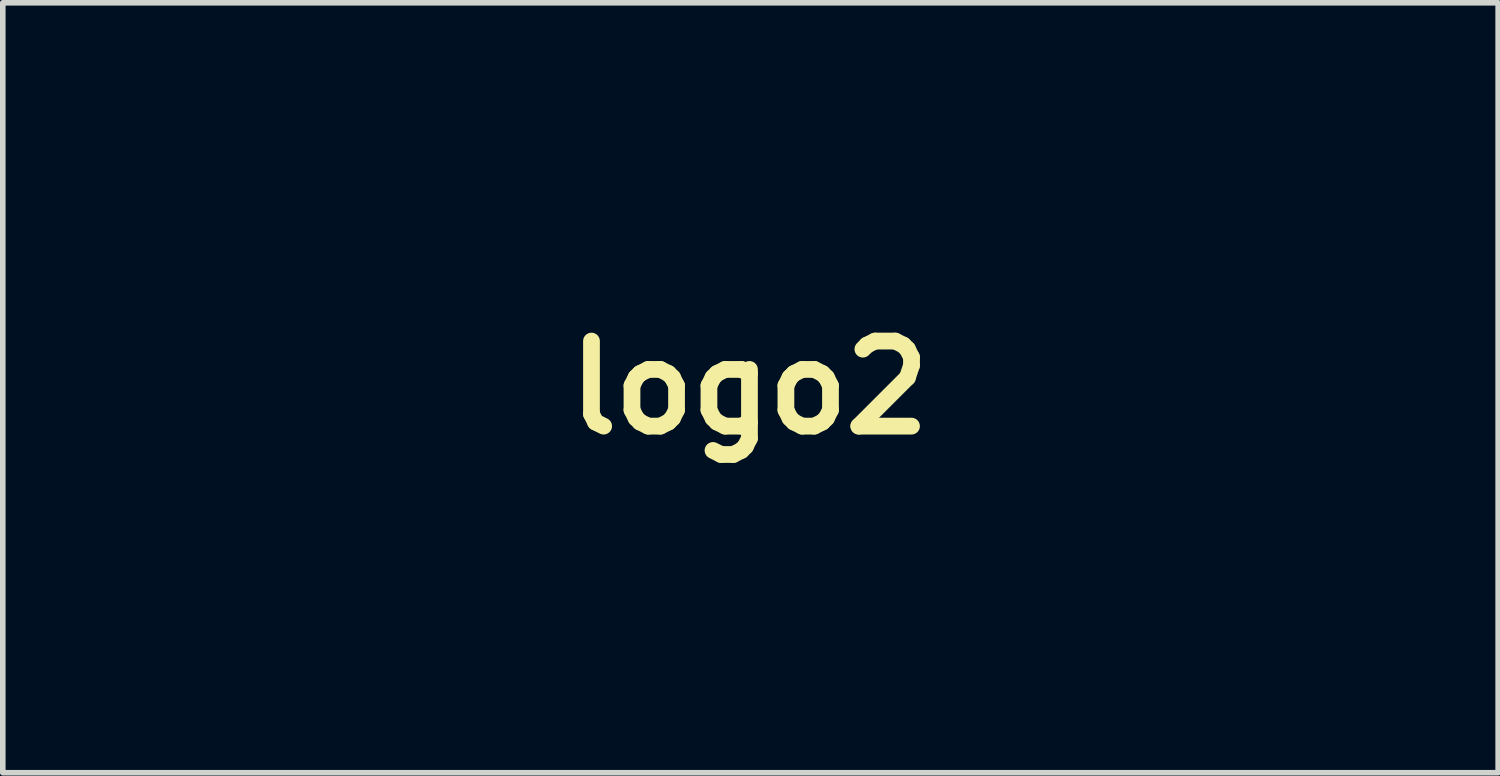
<source format=kicad_pcb>
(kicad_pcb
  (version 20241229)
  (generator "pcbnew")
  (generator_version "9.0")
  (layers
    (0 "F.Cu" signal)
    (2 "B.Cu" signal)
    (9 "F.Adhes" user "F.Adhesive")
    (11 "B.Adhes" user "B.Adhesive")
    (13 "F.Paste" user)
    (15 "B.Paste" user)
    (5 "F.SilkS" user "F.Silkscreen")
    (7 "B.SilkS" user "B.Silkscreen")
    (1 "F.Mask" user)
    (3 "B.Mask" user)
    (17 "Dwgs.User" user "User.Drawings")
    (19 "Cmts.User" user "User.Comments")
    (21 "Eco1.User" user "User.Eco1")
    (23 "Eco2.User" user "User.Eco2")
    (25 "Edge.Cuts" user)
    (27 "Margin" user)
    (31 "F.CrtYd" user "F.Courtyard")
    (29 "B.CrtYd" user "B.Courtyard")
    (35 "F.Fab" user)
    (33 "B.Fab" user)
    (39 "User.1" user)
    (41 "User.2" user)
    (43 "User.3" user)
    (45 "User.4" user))
  (footprint "logo2"
    (layer "F.Cu")
    (at 10.377 3.895)
    (property "Reference" "logo2" (at 0 0 0) (layer "F.SilkS") (effects (font (size 1.524 1.524) (thickness 0.3))))
    (attr through_hole)
    (fp_poly (pts (xy 10.202 -1.82) (xy 9.821 -1.82) (xy 9.821 -2.709) (xy 9.017 -2.709) (xy 9.017 -3.048) (xy 9.821 -3.048) (xy 9.821 -3.514) (xy 8.89 -3.514) (xy 8.89 -3.852) (xy 10.202 -3.852) (xy 10.202 -1.82)) (stroke (width 0.01) (type solid)) (fill no) (layer "Eco2.User"))
    (fp_poly (pts (xy -3.641 0.72) (xy -4.873 0.72) (xy -4.86 0.54) (xy -4.847 0.36) (xy -3.937 0.336) (xy -3.937 -0.169) (xy -4.741 -0.169) (xy -4.741 -0.505) (xy -4.35 -0.517) (xy -3.958 -0.529) (xy -3.958 -0.953) (xy -4.826 -0.977) (xy -4.826 -1.312) (xy -3.641 -1.312) (xy -3.641 0.72)) (stroke (width 0.01) (type solid)) (fill no) (layer "Eco2.User"))
    (fp_poly (pts (xy 5.334 3.641) (xy 4.664 3.641) (xy 4.434 3.639) (xy 4.234 3.634) (xy 4.08 3.627) (xy 3.986 3.618) (xy 3.965 3.612) (xy 3.946 3.554) (xy 3.937 3.451) (xy 3.937 3.443) (xy 3.937 3.302) (xy 4.953 3.302) (xy 4.953 2.797) (xy 4.519 2.785) (xy 4.085 2.773) (xy 4.059 2.455) (xy 4.953 2.455) (xy 4.953 2.032) (xy 4.022 2.032) (xy 4.022 1.693) (xy 5.334 1.693) (xy 5.334 3.641)) (stroke (width 0.01) (type solid)) (fill no) (layer "Eco2.User"))
    (fp_poly (pts (xy -9.675 -1.249) (xy -9.306 -0.656) (xy -9.164 -0.424) (xy -9.062 -0.249) (xy -8.995 -0.117) (xy -8.956 -0.016) (xy -8.938 0.069) (xy -8.935 0.116) (xy -8.932 0.296) (xy -9.737 0.296) (xy -9.737 0.72) (xy -10.16 0.72) (xy -10.16 0.508) (xy -10.163 0.382) (xy -10.181 0.32) (xy -10.223 0.298) (xy -10.266 0.296) (xy -10.337 0.285) (xy -10.367 0.235) (xy -10.372 0.148) (xy -10.364 0.048) (xy -10.328 0.007) (xy -10.266 0) (xy -10.16 0) (xy -9.737 0) (xy -9.504 0) (xy -9.376 -0.006) (xy -9.292 -0.022) (xy -9.271 -0.038) (xy -9.291 -0.087) (xy -9.346 -0.193) (xy -9.427 -0.339) (xy -9.503 -0.471) (xy -9.736 -0.868) (xy -9.736 -0.434) (xy -9.737 0) (xy -10.16 0) (xy -10.16 -1.274) (xy -9.675 -1.249)) (stroke (width 0.01) (type solid)) (fill no) (layer "Eco2.User"))
    (fp_poly (pts (xy 2.796 2.411) (xy 2.858 2.639) (xy 2.914 2.831) (xy 2.961 2.976) (xy 2.995 3.061) (xy 3.011 3.077) (xy 3.032 3.02) (xy 3.068 2.897) (xy 3.117 2.724) (xy 3.172 2.517) (xy 3.194 2.434) (xy 3.251 2.217) (xy 3.302 2.024) (xy 3.342 1.874) (xy 3.366 1.783) (xy 3.371 1.767) (xy 3.409 1.718) (xy 3.498 1.696) (xy 3.58 1.693) (xy 3.711 1.705) (xy 3.765 1.738) (xy 3.767 1.746) (xy 3.754 1.8) (xy 3.719 1.923) (xy 3.666 2.102) (xy 3.598 2.324) (xy 3.519 2.578) (xy 3.478 2.709) (xy 3.189 3.619) (xy 3.012 3.633) (xy 2.876 3.629) (xy 2.815 3.592) (xy 2.815 3.59) (xy 2.796 3.535) (xy 2.756 3.412) (xy 2.699 3.232) (xy 2.628 3.008) (xy 2.547 2.753) (xy 2.503 2.614) (xy 2.212 1.693) (xy 2.608 1.693) (xy 2.796 2.411)) (stroke (width 0.01) (type solid)) (fill no) (layer "Eco2.User"))
    (fp_poly (pts (xy 9.726 2.762) (xy 9.827 2.805) (xy 9.931 2.896) (xy 10.03 3.014) (xy 10.071 3.126) (xy 10.075 3.194) (xy 10.04 3.397) (xy 9.945 3.559) (xy 9.805 3.67) (xy 9.634 3.721) (xy 9.448 3.702) (xy 9.346 3.659) (xy 9.213 3.542) (xy 9.128 3.371) (xy 9.106 3.222) (xy 9.145 3.222) (xy 9.174 3.387) (xy 9.235 3.49) (xy 9.381 3.618) (xy 9.55 3.671) (xy 9.724 3.648) (xy 9.884 3.548) (xy 9.917 3.514) (xy 10.009 3.358) (xy 10.029 3.193) (xy 9.986 3.036) (xy 9.887 2.905) (xy 9.741 2.819) (xy 9.588 2.794) (xy 9.412 2.83) (xy 9.273 2.925) (xy 9.181 3.062) (xy 9.145 3.222) (xy 9.106 3.222) (xy 9.102 3.194) (xy 9.12 3.07) (xy 9.187 2.959) (xy 9.246 2.896) (xy 9.352 2.803) (xy 9.453 2.761) (xy 9.588 2.752) (xy 9.726 2.762)) (stroke (width 0.01) (type solid)) (fill no) (layer "Eco2.User"))
    (fp_poly (pts (xy 6.004 -0.582) (xy 6.048 -0.342) (xy 6.086 -0.131) (xy 6.116 0.039) (xy 6.135 0.151) (xy 6.141 0.191) (xy 6.151 0.213) (xy 6.173 0.156) (xy 6.206 0.024) (xy 6.249 -0.178) (xy 6.3 -0.447) (xy 6.332 -0.624) (xy 6.455 -1.312) (xy 6.943 -1.312) (xy 6.943 0.72) (xy 6.646 0.72) (xy 6.646 -0.071) (xy 6.645 -0.317) (xy 6.643 -0.53) (xy 6.639 -0.698) (xy 6.634 -0.806) (xy 6.628 -0.843) (xy 6.628 -0.842) (xy 6.615 -0.797) (xy 6.591 -0.681) (xy 6.557 -0.509) (xy 6.517 -0.294) (xy 6.473 -0.052) (xy 6.336 0.72) (xy 6.175 0.72) (xy 6.117 0.721) (xy 6.073 0.719) (xy 6.039 0.702) (xy 6.011 0.659) (xy 5.984 0.582) (xy 5.955 0.458) (xy 5.92 0.278) (xy 5.874 0.031) (xy 5.845 -0.127) (xy 5.723 -0.783) (xy 5.719 -0.032) (xy 5.715 0.72) (xy 5.376 0.72) (xy 5.376 -1.312) (xy 5.87 -1.312) (xy 6.004 -0.582)) (stroke (width 0.01) (type solid)) (fill no) (layer "Eco2.User"))
    (fp_poly (pts (xy 1.397 0.72) (xy 0.98 0.72) (xy 0.778 0.717) (xy 0.639 0.707) (xy 0.54 0.686) (xy 0.46 0.65) (xy 0.419 0.624) (xy 0.312 0.526) (xy 0.208 0.386) (xy 0.169 0.317) (xy 0.12 0.209) (xy 0.089 0.105) (xy 0.072 -0.018) (xy 0.065 -0.185) (xy 0.064 -0.308) (xy 0.391 -0.308) (xy 0.411 -0.091) (xy 0.455 0.096) (xy 0.483 0.161) (xy 0.577 0.288) (xy 0.706 0.355) (xy 0.888 0.37) (xy 0.91 0.369) (xy 1.079 0.36) (xy 1.079 -0.953) (xy 0.889 -0.964) (xy 0.688 -0.951) (xy 0.546 -0.883) (xy 0.452 -0.753) (xy 0.43 -0.697) (xy 0.396 -0.522) (xy 0.391 -0.308) (xy 0.064 -0.308) (xy 0.064 -0.339) (xy 0.067 -0.552) (xy 0.078 -0.703) (xy 0.099 -0.816) (xy 0.135 -0.913) (xy 0.161 -0.965) (xy 0.251 -1.107) (xy 0.354 -1.206) (xy 0.487 -1.268) (xy 0.667 -1.301) (xy 0.911 -1.312) (xy 0.963 -1.312) (xy 1.397 -1.312) (xy 1.397 0.72)) (stroke (width 0.01) (type solid)) (fill no) (layer "Eco2.User"))
    (fp_poly (pts (xy 0.55 3.895) (xy -0.053 3.891) (xy -0.282 3.887) (xy -0.49 3.878) (xy -0.658 3.864) (xy -0.766 3.848) (xy -0.783 3.844) (xy -1.013 3.72) (xy -1.199 3.525) (xy -1.295 3.361) (xy -1.359 3.215) (xy -1.395 3.078) (xy -1.412 2.916) (xy -1.415 2.778) (xy -1.41 2.68) (xy -0.93 2.68) (xy -0.921 2.906) (xy -0.87 3.12) (xy -0.777 3.299) (xy -0.746 3.338) (xy -0.655 3.423) (xy -0.554 3.475) (xy -0.417 3.501) (xy -0.221 3.511) (xy -0.201 3.511) (xy 0.085 3.514) (xy 0.085 2.02) (xy -0.26 2.044) (xy -0.477 2.067) (xy -0.627 2.103) (xy -0.715 2.149) (xy -0.827 2.28) (xy -0.899 2.464) (xy -0.93 2.68) (xy -1.41 2.68) (xy -1.402 2.495) (xy -1.355 2.272) (xy -1.268 2.086) (xy -1.175 1.963) (xy -1.08 1.862) (xy -0.988 1.788) (xy -0.884 1.736) (xy -0.752 1.701) (xy -0.577 1.679) (xy -0.345 1.666) (xy -0.116 1.659) (xy 0.55 1.642) (xy 0.55 3.895)) (stroke (width 0.01) (type solid)) (fill no) (layer "Eco2.User"))
    (fp_poly (pts (xy 3.89 -1.312) (xy 3.937 -1.296) (xy 3.973 -1.255) (xy 4.003 -1.178) (xy 4.033 -1.054) (xy 4.067 -0.874) (xy 4.111 -0.626) (xy 4.134 -0.497) (xy 4.176 -0.272) (xy 4.214 -0.079) (xy 4.246 0.067) (xy 4.269 0.153) (xy 4.277 0.169) (xy 4.293 0.13) (xy 4.32 0.023) (xy 4.354 -0.136) (xy 4.391 -0.333) (xy 4.398 -0.37) (xy 4.439 -0.596) (xy 4.479 -0.81) (xy 4.513 -0.99) (xy 4.537 -1.111) (xy 4.537 -1.111) (xy 4.579 -1.312) (xy 5.08 -1.312) (xy 5.08 0.72) (xy 4.741 0.72) (xy 4.737 -0.053) (xy 4.733 -0.826) (xy 4.631 -0.275) (xy 4.572 0.038) (xy 4.527 0.279) (xy 4.492 0.455) (xy 4.463 0.578) (xy 4.438 0.656) (xy 4.411 0.7) (xy 4.381 0.719) (xy 4.343 0.722) (xy 4.295 0.72) (xy 4.278 0.72) (xy 4.116 0.72) (xy 4.043 0.307) (xy 3.999 0.069) (xy 3.95 -0.194) (xy 3.904 -0.434) (xy 3.894 -0.487) (xy 3.819 -0.868) (xy 3.81 0.72) (xy 3.514 0.72) (xy 3.514 -1.312) (xy 3.744 -1.312) (xy 3.827 -1.314) (xy 3.89 -1.312)) (stroke (width 0.01) (type solid)) (fill no) (layer "Eco2.User"))
    (fp_poly (pts (xy 8.25 -1.331) (xy 8.327 -1.298) (xy 8.5 -1.162) (xy 8.633 -0.958) (xy 8.721 -0.696) (xy 8.761 -0.384) (xy 8.763 -0.291) (xy 8.734 0.04) (xy 8.647 0.321) (xy 8.506 0.546) (xy 8.347 0.687) (xy 8.193 0.747) (xy 8 0.765) (xy 7.803 0.741) (xy 7.636 0.678) (xy 7.617 0.666) (xy 7.444 0.512) (xy 7.323 0.312) (xy 7.245 0.05) (xy 7.239 0.022) (xy 7.21 -0.281) (xy 7.211 -0.296) (xy 7.561 -0.296) (xy 7.579 -0.033) (xy 7.637 0.165) (xy 7.739 0.309) (xy 7.799 0.357) (xy 7.928 0.416) (xy 8.065 0.406) (xy 8.147 0.374) (xy 8.263 0.278) (xy 8.352 0.116) (xy 8.408 -0.094) (xy 8.423 -0.299) (xy 8.4 -0.549) (xy 8.337 -0.754) (xy 8.24 -0.906) (xy 8.118 -0.998) (xy 7.978 -1.021) (xy 7.827 -0.969) (xy 7.799 -0.95) (xy 7.676 -0.826) (xy 7.599 -0.654) (xy 7.564 -0.42) (xy 7.561 -0.296) (xy 7.211 -0.296) (xy 7.232 -0.581) (xy 7.301 -0.856) (xy 7.413 -1.085) (xy 7.459 -1.146) (xy 7.615 -1.273) (xy 7.817 -1.349) (xy 8.037 -1.37) (xy 8.25 -1.331)) (stroke (width 0.01) (type solid)) (fill no) (layer "Eco2.User"))
    (fp_poly (pts (xy -2.456 -3.878) (xy -2.227 -3.808) (xy -2.047 -3.674) (xy -1.925 -3.484) (xy -1.881 -3.334) (xy -1.853 -3.175) (xy -2.07 -3.175) (xy -2.198 -3.179) (xy -2.263 -3.197) (xy -2.285 -3.237) (xy -2.286 -3.262) (xy -2.321 -3.365) (xy -2.408 -3.466) (xy -2.517 -3.538) (xy -2.592 -3.556) (xy -2.742 -3.521) (xy -2.841 -3.422) (xy -2.877 -3.272) (xy -2.877 -3.268) (xy -2.872 -3.174) (xy -2.848 -3.097) (xy -2.796 -3.022) (xy -2.704 -2.935) (xy -2.56 -2.821) (xy -2.455 -2.743) (xy -2.224 -2.563) (xy -2.058 -2.411) (xy -1.949 -2.275) (xy -1.887 -2.144) (xy -1.864 -2.005) (xy -1.863 -1.966) (xy -1.863 -1.863) (xy -3.344 -1.863) (xy -3.344 -2.201) (xy -2.875 -2.201) (xy -2.648 -2.205) (xy -2.501 -2.215) (xy -2.43 -2.233) (xy -2.422 -2.248) (xy -2.461 -2.29) (xy -2.556 -2.368) (xy -2.69 -2.469) (xy -2.817 -2.559) (xy -2.996 -2.687) (xy -3.118 -2.787) (xy -3.199 -2.875) (xy -3.254 -2.966) (xy -3.276 -3.015) (xy -3.327 -3.23) (xy -3.302 -3.431) (xy -3.211 -3.607) (xy -3.064 -3.748) (xy -2.87 -3.844) (xy -2.637 -3.886) (xy -2.456 -3.878)) (stroke (width 0.01) (type solid)) (fill no) (layer "Eco2.User"))
    (fp_poly (pts (xy 9.809 -1.337) (xy 10 -1.258) (xy 10.159 -1.116) (xy 10.287 -0.917) (xy 10.37 -0.673) (xy 10.408 -0.404) (xy 10.403 -0.128) (xy 10.357 0.139) (xy 10.27 0.377) (xy 10.144 0.57) (xy 10.035 0.667) (xy 9.859 0.741) (xy 9.651 0.763) (xy 9.447 0.733) (xy 9.33 0.681) (xy 9.244 0.602) (xy 9.149 0.476) (xy 9.061 0.33) (xy 8.997 0.193) (xy 8.975 0.098) (xy 9.014 0.057) (xy 9.129 0.042) (xy 9.136 0.042) (xy 9.248 0.052) (xy 9.315 0.098) (xy 9.369 0.191) (xy 9.472 0.328) (xy 9.603 0.396) (xy 9.745 0.393) (xy 9.877 0.32) (xy 9.957 0.22) (xy 10.033 0.022) (xy 10.065 -0.216) (xy 10.052 -0.462) (xy 9.997 -0.686) (xy 9.932 -0.814) (xy 9.817 -0.926) (xy 9.679 -0.973) (xy 9.539 -0.959) (xy 9.42 -0.886) (xy 9.343 -0.758) (xy 9.338 -0.738) (xy 9.307 -0.67) (xy 9.244 -0.641) (xy 9.143 -0.635) (xy 9.033 -0.646) (xy 8.981 -0.688) (xy 8.983 -0.771) (xy 9.038 -0.908) (xy 9.07 -0.973) (xy 9.199 -1.164) (xy 9.358 -1.283) (xy 9.565 -1.341) (xy 9.583 -1.344) (xy 9.809 -1.337)) (stroke (width 0.01) (type solid)) (fill no) (layer "Eco2.User"))
    (fp_poly (pts (xy 8.583 -2.887) (xy 8.669 -2.614) (xy 8.746 -2.367) (xy 8.81 -2.157) (xy 8.857 -1.996) (xy 8.885 -1.897) (xy 8.89 -1.87) (xy 8.851 -1.837) (xy 8.743 -1.821) (xy 8.707 -1.82) (xy 8.597 -1.824) (xy 8.535 -1.85) (xy 8.496 -1.918) (xy 8.462 -2.021) (xy 8.399 -2.223) (xy 8.06 -2.235) (xy 7.721 -2.247) (xy 7.658 -2.044) (xy 7.617 -1.924) (xy 7.574 -1.863) (xy 7.501 -1.838) (xy 7.396 -1.829) (xy 7.28 -1.828) (xy 7.208 -1.839) (xy 7.197 -1.85) (xy 7.21 -1.898) (xy 7.245 -2.015) (xy 7.299 -2.19) (xy 7.367 -2.412) (xy 7.448 -2.667) (xy 7.452 -2.68) (xy 7.844 -2.68) (xy 7.854 -2.646) (xy 7.927 -2.628) (xy 8.039 -2.625) (xy 8.169 -2.633) (xy 8.244 -2.655) (xy 8.255 -2.671) (xy 8.243 -2.748) (xy 8.213 -2.866) (xy 8.172 -3.003) (xy 8.127 -3.137) (xy 8.085 -3.246) (xy 8.054 -3.308) (xy 8.043 -3.314) (xy 8.017 -3.259) (xy 7.979 -3.146) (xy 7.939 -3.008) (xy 7.898 -2.86) (xy 7.863 -2.741) (xy 7.844 -2.68) (xy 7.452 -2.68) (xy 7.508 -2.857) (xy 7.818 -3.831) (xy 8.276 -3.854) (xy 8.583 -2.887)) (stroke (width 0.01) (type solid)) (fill no) (layer "Eco2.User"))
    (fp_poly (pts (xy 6.943 -1.82) (xy 6.466 -1.822) (xy 6.198 -1.83) (xy 5.981 -1.85) (xy 5.831 -1.881) (xy 5.821 -1.884) (xy 5.646 -1.975) (xy 5.529 -2.113) (xy 5.46 -2.29) (xy 5.442 -2.452) (xy 5.842 -2.452) (xy 5.854 -2.339) (xy 5.9 -2.265) (xy 5.994 -2.224) (xy 6.149 -2.205) (xy 6.276 -2.203) (xy 6.562 -2.201) (xy 6.562 -2.763) (xy 6.266 -2.742) (xy 6.069 -2.72) (xy 5.943 -2.681) (xy 5.873 -2.617) (xy 5.845 -2.516) (xy 5.842 -2.452) (xy 5.442 -2.452) (xy 5.44 -2.473) (xy 5.469 -2.651) (xy 5.54 -2.796) (xy 5.607 -2.86) (xy 5.707 -2.925) (xy 5.605 -3.027) (xy 5.54 -3.113) (xy 5.509 -3.222) (xy 5.506 -3.293) (xy 5.866 -3.293) (xy 5.893 -3.178) (xy 5.945 -3.123) (xy 6.008 -3.107) (xy 6.129 -3.095) (xy 6.276 -3.091) (xy 6.562 -3.09) (xy 6.562 -3.514) (xy 6.266 -3.514) (xy 6.107 -3.511) (xy 6.009 -3.497) (xy 5.949 -3.467) (xy 5.906 -3.414) (xy 5.866 -3.293) (xy 5.506 -3.293) (xy 5.503 -3.347) (xy 5.511 -3.488) (xy 5.545 -3.587) (xy 5.621 -3.681) (xy 5.647 -3.708) (xy 5.791 -3.852) (xy 6.943 -3.852) (xy 6.943 -1.82)) (stroke (width 0.01) (type solid)) (fill no) (layer "Eco2.User"))
    (fp_poly (pts (xy -0.799 -1.358) (xy -0.786 -1.355) (xy -0.58 -1.278) (xy -0.416 -1.143) (xy -0.296 -0.97) (xy -0.249 -0.878) (xy -0.218 -0.789) (xy -0.2 -0.68) (xy -0.192 -0.531) (xy -0.191 -0.319) (xy -0.191 -0.316) (xy -0.192 -0.102) (xy -0.201 0.05) (xy -0.219 0.164) (xy -0.252 0.262) (xy -0.299 0.361) (xy -0.434 0.564) (xy -0.596 0.693) (xy -0.798 0.754) (xy -0.927 0.762) (xy -1.161 0.736) (xy -1.296 0.681) (xy -1.481 0.521) (xy -1.611 0.299) (xy -1.686 0.014) (xy -1.708 -0.296) (xy -1.705 -0.344) (xy -1.366 -0.344) (xy -1.347 -0.05) (xy -1.282 0.173) (xy -1.17 0.326) (xy -1.155 0.338) (xy -1.024 0.41) (xy -0.889 0.411) (xy -0.765 0.361) (xy -0.653 0.259) (xy -0.57 0.093) (xy -0.519 -0.12) (xy -0.505 -0.362) (xy -0.532 -0.616) (xy -0.535 -0.631) (xy -0.594 -0.78) (xy -0.698 -0.908) (xy -0.822 -0.993) (xy -0.918 -1.016) (xy -1.089 -0.978) (xy -1.222 -0.868) (xy -1.314 -0.692) (xy -1.361 -0.454) (xy -1.366 -0.344) (xy -1.705 -0.344) (xy -1.692 -0.594) (xy -1.64 -0.831) (xy -1.547 -1.024) (xy -1.447 -1.15) (xy -1.256 -1.3) (xy -1.039 -1.37) (xy -0.799 -1.358)) (stroke (width 0.01) (type solid)) (fill no) (layer "Eco2.User"))
    (fp_poly (pts (xy 7.154 3.641) (xy 6.773 3.641) (xy 6.773 2.879) (xy 6.501 2.879) (xy 6.313 2.888) (xy 6.193 2.926) (xy 6.126 3.005) (xy 6.1 3.14) (xy 6.096 3.259) (xy 6.092 3.44) (xy 6.073 3.553) (xy 6.029 3.613) (xy 5.947 3.637) (xy 5.837 3.641) (xy 5.718 3.634) (xy 5.643 3.619) (xy 5.63 3.607) (xy 5.656 3.548) (xy 5.668 3.533) (xy 5.689 3.473) (xy 5.708 3.354) (xy 5.722 3.2) (xy 5.723 3.189) (xy 5.741 2.996) (xy 5.774 2.869) (xy 5.818 2.797) (xy 5.868 2.734) (xy 5.868 2.686) (xy 5.814 2.618) (xy 5.796 2.6) (xy 5.735 2.518) (xy 5.704 2.421) (xy 5.696 2.302) (xy 6.054 2.302) (xy 6.065 2.413) (xy 6.11 2.484) (xy 6.202 2.523) (xy 6.357 2.538) (xy 6.464 2.54) (xy 6.773 2.54) (xy 6.773 2.032) (xy 6.48 2.032) (xy 6.281 2.043) (xy 6.152 2.08) (xy 6.081 2.151) (xy 6.055 2.265) (xy 6.054 2.302) (xy 5.696 2.302) (xy 5.694 2.277) (xy 5.694 2.241) (xy 5.699 2.092) (xy 5.722 1.994) (xy 5.775 1.913) (xy 5.832 1.853) (xy 5.97 1.714) (xy 6.562 1.701) (xy 7.154 1.687) (xy 7.154 3.641)) (stroke (width 0.01) (type solid)) (fill no) (layer "Eco2.User"))
    (fp_poly (pts (xy 2.567 -1.367) (xy 2.637 -1.352) (xy 2.841 -1.262) (xy 3.003 -1.107) (xy 3.133 -0.88) (xy 3.134 -0.876) (xy 3.178 -0.762) (xy 3.204 -0.651) (xy 3.214 -0.518) (xy 3.214 -0.337) (xy 3.21 -0.236) (xy 3.183 0.068) (xy 3.125 0.304) (xy 3.029 0.487) (xy 2.891 0.629) (xy 2.841 0.665) (xy 2.659 0.743) (xy 2.445 0.767) (xy 2.233 0.737) (xy 2.07 0.665) (xy 1.911 0.523) (xy 1.8 0.337) (xy 1.731 0.095) (xy 1.7 -0.202) (xy 1.7 -0.319) (xy 2.033 -0.319) (xy 2.039 -0.11) (xy 2.069 0.072) (xy 2.104 0.169) (xy 2.217 0.314) (xy 2.363 0.394) (xy 2.522 0.405) (xy 2.676 0.343) (xy 2.718 0.31) (xy 2.808 0.174) (xy 2.861 -0.034) (xy 2.875 -0.309) (xy 2.872 -0.394) (xy 2.855 -0.592) (xy 2.824 -0.728) (xy 2.773 -0.827) (xy 2.768 -0.834) (xy 2.631 -0.961) (xy 2.476 -1.009) (xy 2.319 -0.98) (xy 2.175 -0.873) (xy 2.142 -0.833) (xy 2.086 -0.708) (xy 2.049 -0.527) (xy 2.033 -0.319) (xy 1.7 -0.319) (xy 1.699 -0.501) (xy 1.729 -0.737) (xy 1.794 -0.93) (xy 1.898 -1.097) (xy 1.93 -1.136) (xy 2.113 -1.29) (xy 2.33 -1.368) (xy 2.567 -1.367)) (stroke (width 0.01) (type solid)) (fill no) (layer "Eco2.User"))
    (fp_poly (pts (xy -1.99 0.72) (xy -2.328 0.72) (xy -2.328 -0.085) (xy -2.558 -0.085) (xy -2.736 -0.071) (xy -2.847 -0.02) (xy -2.904 0.079) (xy -2.921 0.241) (xy -2.921 0.252) (xy -2.927 0.406) (xy -2.941 0.549) (xy -2.947 0.587) (xy -2.971 0.669) (xy -3.014 0.708) (xy -3.104 0.719) (xy -3.164 0.72) (xy -3.279 0.716) (xy -3.327 0.698) (xy -3.325 0.658) (xy -3.32 0.646) (xy -3.299 0.564) (xy -3.281 0.432) (xy -3.272 0.318) (xy -3.257 0.116) (xy -3.236 -0.02) (xy -3.205 -0.112) (xy -3.158 -0.18) (xy -3.144 -0.195) (xy -3.099 -0.256) (xy -3.123 -0.286) (xy -3.123 -0.286) (xy -3.205 -0.354) (xy -3.263 -0.481) (xy -3.293 -0.645) (xy -3.294 -0.683) (xy -2.963 -0.683) (xy -2.951 -0.557) (xy -2.904 -0.478) (xy -2.808 -0.437) (xy -2.647 -0.424) (xy -2.595 -0.423) (xy -2.328 -0.423) (xy -2.328 -0.974) (xy -2.552 -0.974) (xy -2.751 -0.956) (xy -2.881 -0.898) (xy -2.949 -0.794) (xy -2.963 -0.683) (xy -3.294 -0.683) (xy -3.294 -0.821) (xy -3.263 -0.987) (xy -3.217 -1.091) (xy -3.152 -1.179) (xy -3.073 -1.241) (xy -2.963 -1.281) (xy -2.807 -1.303) (xy -2.591 -1.311) (xy -2.453 -1.312) (xy -1.99 -1.312) (xy -1.99 0.72)) (stroke (width 0.01) (type solid)) (fill no) (layer "Eco2.User"))
    (fp_poly (pts (xy 1.09 -3.851) (xy 1.273 -3.788) (xy 1.406 -3.674) (xy 1.484 -3.543) (xy 1.534 -3.413) (xy 1.563 -3.299) (xy 1.565 -3.27) (xy 1.557 -3.214) (xy 1.518 -3.185) (xy 1.426 -3.176) (xy 1.355 -3.175) (xy 1.229 -3.178) (xy 1.166 -3.196) (xy 1.145 -3.238) (xy 1.143 -3.281) (xy 1.107 -3.41) (xy 1.014 -3.502) (xy 0.889 -3.549) (xy 0.755 -3.542) (xy 0.635 -3.471) (xy 0.57 -3.36) (xy 0.55 -3.255) (xy 0.578 -3.144) (xy 0.663 -3.019) (xy 0.813 -2.874) (xy 1.032 -2.702) (xy 1.126 -2.635) (xy 1.358 -2.434) (xy 1.513 -2.213) (xy 1.586 -2) (xy 1.615 -1.863) (xy 0.878 -1.863) (xy 0.637 -1.864) (xy 0.425 -1.869) (xy 0.257 -1.875) (xy 0.149 -1.883) (xy 0.113 -1.891) (xy 0.094 -1.949) (xy 0.085 -2.052) (xy 0.085 -2.06) (xy 0.085 -2.201) (xy 0.55 -2.201) (xy 0.737 -2.205) (xy 0.889 -2.214) (xy 0.987 -2.227) (xy 1.016 -2.24) (xy 0.983 -2.28) (xy 0.896 -2.354) (xy 0.769 -2.451) (xy 0.685 -2.511) (xy 0.465 -2.672) (xy 0.309 -2.805) (xy 0.208 -2.924) (xy 0.151 -3.04) (xy 0.129 -3.167) (xy 0.127 -3.223) (xy 0.159 -3.464) (xy 0.256 -3.65) (xy 0.415 -3.78) (xy 0.637 -3.853) (xy 0.844 -3.87) (xy 1.09 -3.851)) (stroke (width 0.01) (type solid)) (fill no) (layer "Eco2.User"))
    (fp_poly (pts (xy -6.086 -3.843) (xy -5.483 -3.831) (xy -5.412 -3.344) (xy -5.383 -3.148) (xy -5.36 -2.981) (xy -5.343 -2.861) (xy -5.337 -2.81) (xy -5.371 -2.771) (xy -5.46 -2.745) (xy -5.573 -2.735) (xy -5.683 -2.744) (xy -5.758 -2.773) (xy -5.76 -2.775) (xy -5.902 -2.854) (xy -6.057 -2.857) (xy -6.2 -2.785) (xy -6.2 -2.785) (xy -6.28 -2.698) (xy -6.312 -2.595) (xy -6.315 -2.502) (xy -6.287 -2.324) (xy -6.207 -2.212) (xy -6.072 -2.162) (xy -6.011 -2.159) (xy -5.873 -2.185) (xy -5.767 -2.253) (xy -5.716 -2.346) (xy -5.715 -2.363) (xy -5.675 -2.396) (xy -5.562 -2.412) (xy -5.503 -2.413) (xy -5.378 -2.41) (xy -5.315 -2.392) (xy -5.294 -2.35) (xy -5.292 -2.309) (xy -5.319 -2.214) (xy -5.387 -2.099) (xy -5.422 -2.056) (xy -5.597 -1.917) (xy -5.815 -1.838) (xy -6.054 -1.823) (xy -6.295 -1.873) (xy -6.394 -1.916) (xy -6.576 -2.048) (xy -6.699 -2.221) (xy -6.763 -2.418) (xy -6.767 -2.622) (xy -6.711 -2.817) (xy -6.593 -2.986) (xy -6.434 -3.103) (xy -6.281 -3.149) (xy -6.09 -3.165) (xy -5.902 -3.148) (xy -5.787 -3.114) (xy -5.734 -3.101) (xy -5.726 -3.143) (xy -5.734 -3.191) (xy -5.761 -3.322) (xy -5.779 -3.408) (xy -5.792 -3.455) (xy -5.817 -3.486) (xy -5.871 -3.503) (xy -5.969 -3.511) (xy -6.127 -3.514) (xy -6.245 -3.514) (xy -6.689 -3.514) (xy -6.689 -3.855) (xy -6.086 -3.843)) (stroke (width 0.01) (type solid)) (fill no) (layer "Eco2.User"))
    (fp_poly (pts (xy -7.935 -1.288) (xy -7.73 -1.203) (xy -7.64 -1.137) (xy -7.515 -0.993) (xy -7.431 -0.811) (xy -7.383 -0.579) (xy -7.37 -0.284) (xy -7.373 -0.155) (xy -7.392 0.113) (xy -7.431 0.314) (xy -7.498 0.466) (xy -7.598 0.586) (xy -7.703 0.667) (xy -7.872 0.738) (xy -8.078 0.762) (xy -8.287 0.738) (xy -8.413 0.692) (xy -8.569 0.574) (xy -8.676 0.407) (xy -8.735 0.211) (xy -8.74 0.103) (xy -8.34 0.103) (xy -8.328 0.237) (xy -8.285 0.325) (xy -8.228 0.378) (xy -8.134 0.444) (xy -8.064 0.461) (xy -7.975 0.433) (xy -7.944 0.419) (xy -7.831 0.329) (xy -7.769 0.204) (xy -7.757 0.062) (xy -7.79 -0.074) (xy -7.866 -0.183) (xy -7.982 -0.246) (xy -8.046 -0.254) (xy -8.193 -0.218) (xy -8.292 -0.116) (xy -8.337 0.046) (xy -8.34 0.103) (xy -8.74 0.103) (xy -8.745 0.005) (xy -8.704 -0.193) (xy -8.613 -0.363) (xy -8.469 -0.486) (xy -8.46 -0.491) (xy -8.295 -0.548) (xy -8.114 -0.566) (xy -7.948 -0.544) (xy -7.827 -0.484) (xy -7.734 -0.402) (xy -7.761 -0.571) (xy -7.819 -0.764) (xy -7.92 -0.898) (xy -8.055 -0.963) (xy -8.077 -0.966) (xy -8.189 -0.956) (xy -8.267 -0.887) (xy -8.278 -0.87) (xy -8.352 -0.793) (xy -8.455 -0.764) (xy -8.511 -0.762) (xy -8.644 -0.776) (xy -8.702 -0.822) (xy -8.691 -0.906) (xy -8.675 -0.941) (xy -8.538 -1.124) (xy -8.357 -1.244) (xy -8.15 -1.3) (xy -7.935 -1.288)) (stroke (width 0.01) (type solid)) (fill no) (layer "Eco2.User"))
    (fp_poly (pts (xy -0.773 -3.879) (xy -0.555 -3.803) (xy -0.372 -3.661) (xy -0.258 -3.497) (xy -0.178 -3.277) (xy -0.136 -3.02) (xy -0.13 -2.748) (xy -0.161 -2.485) (xy -0.226 -2.253) (xy -0.324 -2.075) (xy -0.331 -2.066) (xy -0.507 -1.919) (xy -0.722 -1.837) (xy -0.959 -1.825) (xy -1.199 -1.884) (xy -1.269 -1.916) (xy -1.45 -2.05) (xy -1.565 -2.236) (xy -1.613 -2.473) (xy -1.613 -2.482) (xy -1.185 -2.482) (xy -1.158 -2.329) (xy -1.119 -2.253) (xy -1.019 -2.175) (xy -0.885 -2.153) (xy -0.748 -2.186) (xy -0.638 -2.271) (xy -0.57 -2.414) (xy -0.562 -2.572) (xy -0.611 -2.716) (xy -0.694 -2.804) (xy -0.804 -2.836) (xy -0.941 -2.826) (xy -1.064 -2.78) (xy -1.101 -2.752) (xy -1.165 -2.635) (xy -1.185 -2.482) (xy -1.613 -2.482) (xy -1.615 -2.548) (xy -1.589 -2.749) (xy -1.507 -2.909) (xy -1.355 -3.054) (xy -1.346 -3.061) (xy -1.185 -3.136) (xy -0.99 -3.166) (xy -0.8 -3.147) (xy -0.717 -3.117) (xy -0.622 -3.071) (xy -0.564 -3.049) (xy -0.56 -3.048) (xy -0.546 -3.082) (xy -0.56 -3.166) (xy -0.593 -3.274) (xy -0.637 -3.38) (xy -0.685 -3.457) (xy -0.688 -3.461) (xy -0.799 -3.534) (xy -0.929 -3.557) (xy -1.047 -3.529) (xy -1.11 -3.471) (xy -1.168 -3.416) (xy -1.266 -3.391) (xy -1.365 -3.387) (xy -1.484 -3.395) (xy -1.556 -3.417) (xy -1.566 -3.431) (xy -1.53 -3.554) (xy -1.437 -3.681) (xy -1.308 -3.785) (xy -1.257 -3.812) (xy -1.012 -3.883) (xy -0.773 -3.879)) (stroke (width 0.01) (type solid)) (fill no) (layer "Eco2.User"))
    (fp_poly (pts (xy 2.709 -3.878) (xy 2.933 -3.809) (xy 3.114 -3.677) (xy 3.238 -3.494) (xy 3.277 -3.376) (xy 3.289 -3.307) (xy 3.27 -3.273) (xy 3.201 -3.261) (xy 3.091 -3.26) (xy 2.963 -3.265) (xy 2.899 -3.284) (xy 2.879 -3.326) (xy 2.879 -3.338) (xy 2.842 -3.442) (xy 2.75 -3.516) (xy 2.628 -3.552) (xy 2.503 -3.542) (xy 2.399 -3.479) (xy 2.398 -3.479) (xy 2.333 -3.355) (xy 2.339 -3.231) (xy 2.406 -3.126) (xy 2.525 -3.06) (xy 2.617 -3.048) (xy 2.708 -3.04) (xy 2.744 -3) (xy 2.752 -2.902) (xy 2.752 -2.9) (xy 2.744 -2.8) (xy 2.708 -2.759) (xy 2.644 -2.752) (xy 2.528 -2.732) (xy 2.411 -2.687) (xy 2.326 -2.628) (xy 2.291 -2.548) (xy 2.286 -2.461) (xy 2.316 -2.301) (xy 2.406 -2.201) (xy 2.557 -2.16) (xy 2.593 -2.159) (xy 2.754 -2.192) (xy 2.862 -2.29) (xy 2.904 -2.395) (xy 2.93 -2.457) (xy 2.981 -2.487) (xy 3.082 -2.497) (xy 3.141 -2.498) (xy 3.351 -2.498) (xy 3.322 -2.36) (xy 3.239 -2.135) (xy 3.101 -1.971) (xy 3.037 -1.927) (xy 2.904 -1.877) (xy 2.722 -1.846) (xy 2.523 -1.834) (xy 2.341 -1.846) (xy 2.259 -1.864) (xy 2.113 -1.944) (xy 1.977 -2.079) (xy 1.876 -2.238) (xy 1.839 -2.348) (xy 1.832 -2.557) (xy 1.899 -2.731) (xy 1.987 -2.834) (xy 2.106 -2.945) (xy 2.006 -3.063) (xy 1.917 -3.225) (xy 1.902 -3.405) (xy 1.958 -3.579) (xy 2.034 -3.679) (xy 2.218 -3.806) (xy 2.446 -3.875) (xy 2.696 -3.879) (xy 2.709 -3.878)) (stroke (width 0.01) (type solid)) (fill no) (layer "Eco2.User"))
    (fp_poly (pts (xy -4.051 -3.849) (xy -3.87 -3.759) (xy -3.72 -3.624) (xy -3.614 -3.447) (xy -3.567 -3.233) (xy -3.568 -3.119) (xy -3.623 -2.895) (xy -3.742 -2.722) (xy -3.898 -2.614) (xy -4.05 -2.563) (xy -4.224 -2.543) (xy -4.387 -2.555) (xy -4.507 -2.599) (xy -4.511 -2.602) (xy -4.584 -2.651) (xy -4.619 -2.666) (xy -4.636 -2.633) (xy -4.626 -2.549) (xy -4.597 -2.439) (xy -4.555 -2.33) (xy -4.508 -2.247) (xy -4.495 -2.233) (xy -4.381 -2.165) (xy -4.247 -2.15) (xy -4.127 -2.187) (xy -4.069 -2.241) (xy -4.011 -2.297) (xy -3.917 -2.323) (xy -3.802 -2.328) (xy -3.679 -2.325) (xy -3.621 -2.31) (xy -3.611 -2.273) (xy -3.622 -2.233) (xy -3.713 -2.068) (xy -3.865 -1.939) (xy -4.057 -1.854) (xy -4.272 -1.82) (xy -4.49 -1.844) (xy -4.595 -1.88) (xy -4.755 -1.988) (xy -4.897 -2.153) (xy -4.999 -2.35) (xy -5.002 -2.359) (xy -5.028 -2.476) (xy -5.048 -2.648) (xy -5.058 -2.842) (xy -5.059 -2.9) (xy -5.055 -3.102) (xy -5.044 -3.204) (xy -4.616 -3.204) (xy -4.601 -3.063) (xy -4.546 -2.959) (xy -4.54 -2.954) (xy -4.391 -2.87) (xy -4.234 -2.859) (xy -4.092 -2.922) (xy -4.064 -2.946) (xy -4.015 -3.044) (xy -4 -3.184) (xy -4.018 -3.33) (xy -4.067 -3.449) (xy -4.081 -3.467) (xy -4.199 -3.541) (xy -4.343 -3.553) (xy -4.478 -3.505) (xy -4.528 -3.463) (xy -4.591 -3.349) (xy -4.616 -3.204) (xy -5.044 -3.204) (xy -5.039 -3.248) (xy -5.008 -3.368) (xy -4.954 -3.489) (xy -4.953 -3.493) (xy -4.818 -3.683) (xy -4.648 -3.811) (xy -4.454 -3.878) (xy -4.251 -3.89) (xy -4.051 -3.849)) (stroke (width 0.01) (type solid)) (fill no) (layer "Eco2.User")))
  (gr_rect
    (start -3 -3)
    (end 23.79 10.794)
    (stroke (width 0.1) (type default))
    (fill no)
    (layer "Edge.Cuts")))
</source>
